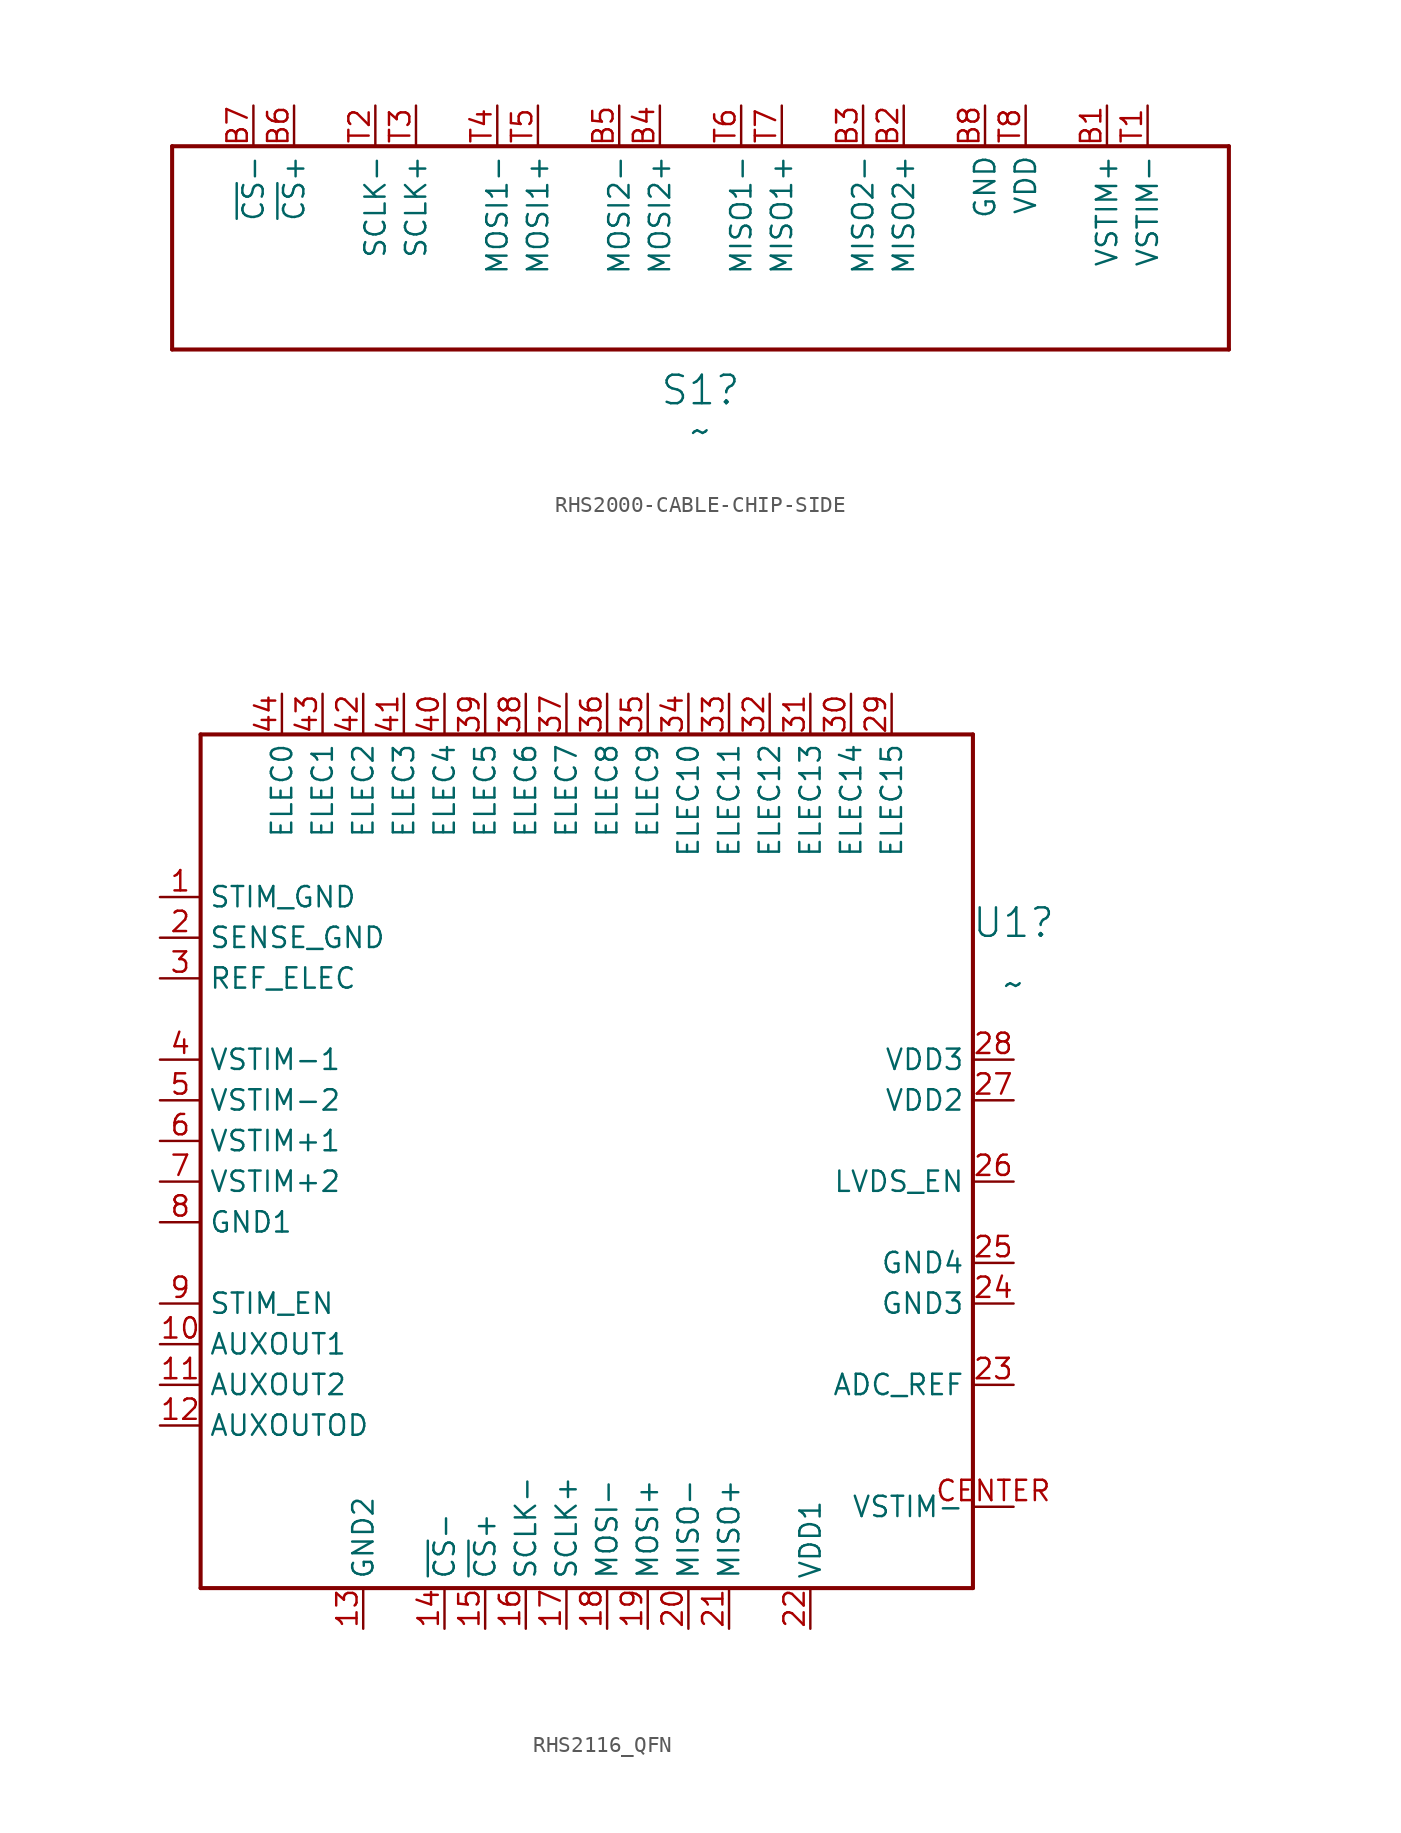
<source format=kicad_sym>
(kicad_symbol_lib
  (version 20241209)
  (generator "kicad_symbol_editor")
  (generator_version "9.0")
  (symbol "RHS2000-CABLE-CHIP-SIDE"
    (property "Reference" "S1"
      (at 0 -10.16 0)
      (effects (font (size 1.778 1.778))))
    (property "Value" "~"
      (at 0 -12.7 0)
      (effects (font (size 1.778 1.778))))
    (property "ki_locked" ""
      (at 0 0 0)
      (effects (font (size 1.27 1.27))))
    (symbol "RHS2000-CABLE-CHIP-SIDE_1_0"
      (polyline (pts (xy -33.02 5.08) (xy -33.02 -7.62)) (stroke (width 0.254) (type solid)) (fill (type none)))
      (polyline (pts (xy -33.02 -7.62) (xy 33.02 -7.62)) (stroke (width 0.254) (type solid)) (fill (type none)))
      (polyline (pts (xy 33.02 5.08) (xy -33.02 5.08)) (stroke (width 0.254) (type solid)) (fill (type none)))
      (polyline (pts (xy 33.02 -7.62) (xy 33.02 5.08)) (stroke (width 0.254) (type solid)) (fill (type none)))
      (pin bidirectional line (at -27.94 7.62 270) (length 2.54) (name "~{CS}-" (effects (font (size 1.27 1.27)))) (number "B7" (effects (font (size 1.27 1.27)))))
      (pin bidirectional line (at -25.4 7.62 270) (length 2.54) (name "~{CS}+" (effects (font (size 1.27 1.27)))) (number "B6" (effects (font (size 1.27 1.27)))))
      (pin bidirectional line (at -20.32 7.62 270) (length 2.54) (name "SCLK-" (effects (font (size 1.27 1.27)))) (number "T2" (effects (font (size 1.27 1.27)))))
      (pin bidirectional line (at -17.78 7.62 270) (length 2.54) (name "SCLK+" (effects (font (size 1.27 1.27)))) (number "T3" (effects (font (size 1.27 1.27)))))
      (pin bidirectional line (at -12.7 7.62 270) (length 2.54) (name "MOSI1-" (effects (font (size 1.27 1.27)))) (number "T4" (effects (font (size 1.27 1.27)))))
      (pin bidirectional line (at -10.16 7.62 270) (length 2.54) (name "MOSI1+" (effects (font (size 1.27 1.27)))) (number "T5" (effects (font (size 1.27 1.27)))))
      (pin bidirectional line (at -5.08 7.62 270) (length 2.54) (name "MOSI2-" (effects (font (size 1.27 1.27)))) (number "B5" (effects (font (size 1.27 1.27)))))
      (pin bidirectional line (at -2.54 7.62 270) (length 2.54) (name "MOSI2+" (effects (font (size 1.27 1.27)))) (number "B4" (effects (font (size 1.27 1.27)))))
      (pin bidirectional line (at 2.54 7.62 270) (length 2.54) (name "MISO1-" (effects (font (size 1.27 1.27)))) (number "T6" (effects (font (size 1.27 1.27)))))
      (pin bidirectional line (at 5.08 7.62 270) (length 2.54) (name "MISO1+" (effects (font (size 1.27 1.27)))) (number "T7" (effects (font (size 1.27 1.27)))))
      (pin bidirectional line (at 10.16 7.62 270) (length 2.54) (name "MISO2-" (effects (font (size 1.27 1.27)))) (number "B3" (effects (font (size 1.27 1.27)))))
      (pin bidirectional line (at 12.7 7.62 270) (length 2.54) (name "MISO2+" (effects (font (size 1.27 1.27)))) (number "B2" (effects (font (size 1.27 1.27)))))
      (pin power_in line (at 17.78 7.62 270) (length 2.54) (name "GND" (effects (font (size 1.27 1.27)))) (number "B8" (effects (font (size 1.27 1.27)))))
      (pin bidirectional line (at 20.32 7.62 270) (length 2.54) (name "VDD" (effects (font (size 1.27 1.27)))) (number "T8" (effects (font (size 1.27 1.27)))))
      (pin power_in line (at 25.4 7.62 270) (length 2.54) (name "VSTIM+" (effects (font (size 1.27 1.27)))) (number "B1" (effects (font (size 1.27 1.27)))))
      (pin power_in line (at 27.94 7.62 270) (length 2.54) (name "VSTIM-" (effects (font (size 1.27 1.27)))) (number "T1" (effects (font (size 1.27 1.27)))))))
  (symbol "RHS2116_QFN"
    (property "Reference" "U1"
      (at 25.4 16.174 0)
      (effects (font (size 1.778 1.778))))
    (property "Value" "~"
      (at 25.4 12.364 0)
      (effects (font (size 1.778 1.778))))
    (property "ki_locked" ""
      (at 0 0 0)
      (effects (font (size 1.27 1.27))))
    (symbol "RHS2116_QFN_1_0"
      (polyline (pts (xy -25.4 27.94) (xy 22.86 27.94)) (stroke (width 0.254) (type solid)) (fill (type none)))
      (polyline (pts (xy -25.4 -25.4) (xy -25.4 27.94)) (stroke (width 0.254) (type solid)) (fill (type none)))
      (polyline (pts (xy 22.86 27.94) (xy 22.86 -25.4)) (stroke (width 0.254) (type solid)) (fill (type none)))
      (polyline (pts (xy 22.86 -25.4) (xy -25.4 -25.4)) (stroke (width 0.254) (type solid)) (fill (type none)))
      (pin power_in line (at -27.94 17.78 0) (length 2.54) (name "STIM_GND" (effects (font (size 1.27 1.27)))) (number "1" (effects (font (size 1.27 1.27)))))
      (pin power_in line (at -27.94 15.24 0) (length 2.54) (name "SENSE_GND" (effects (font (size 1.27 1.27)))) (number "2" (effects (font (size 1.27 1.27)))))
      (pin input line (at -27.94 12.7 0) (length 2.54) (name "REF_ELEC" (effects (font (size 1.27 1.27)))) (number "3" (effects (font (size 1.27 1.27)))))
      (pin power_in line (at -27.94 7.62 0) (length 2.54) (name "VSTIM-1" (effects (font (size 1.27 1.27)))) (number "4" (effects (font (size 1.27 1.27)))))
      (pin power_in line (at -27.94 5.08 0) (length 2.54) (name "VSTIM-2" (effects (font (size 1.27 1.27)))) (number "5" (effects (font (size 1.27 1.27)))))
      (pin power_in line (at -27.94 2.54 0) (length 2.54) (name "VSTIM+1" (effects (font (size 1.27 1.27)))) (number "6" (effects (font (size 1.27 1.27)))))
      (pin power_in line (at -27.94 0 0) (length 2.54) (name "VSTIM+2" (effects (font (size 1.27 1.27)))) (number "7" (effects (font (size 1.27 1.27)))))
      (pin power_in line (at -27.94 -2.54 0) (length 2.54) (name "GND1" (effects (font (size 1.27 1.27)))) (number "8" (effects (font (size 1.27 1.27)))))
      (pin input line (at -27.94 -7.62 0) (length 2.54) (name "STIM_EN" (effects (font (size 1.27 1.27)))) (number "9" (effects (font (size 1.27 1.27)))))
      (pin tri_state line (at -27.94 -10.16 0) (length 2.54) (name "AUXOUT1" (effects (font (size 1.27 1.27)))) (number "10" (effects (font (size 1.27 1.27)))))
      (pin tri_state line (at -27.94 -12.7 0) (length 2.54) (name "AUXOUT2" (effects (font (size 1.27 1.27)))) (number "11" (effects (font (size 1.27 1.27)))))
      (pin open_collector line (at -27.94 -15.24 0) (length 2.54) (name "AUXOUTOD" (effects (font (size 1.27 1.27)))) (number "12" (effects (font (size 1.27 1.27)))))
      (pin bidirectional line (at -20.32 30.48 270) (length 2.54) (name "ELEC0" (effects (font (size 1.27 1.27)))) (number "44" (effects (font (size 1.27 1.27)))))
      (pin bidirectional line (at -17.78 30.48 270) (length 2.54) (name "ELEC1" (effects (font (size 1.27 1.27)))) (number "43" (effects (font (size 1.27 1.27)))))
      (pin bidirectional line (at -15.24 30.48 270) (length 2.54) (name "ELEC2" (effects (font (size 1.27 1.27)))) (number "42" (effects (font (size 1.27 1.27)))))
      (pin power_in line (at -15.24 -27.94 90) (length 2.54) (name "GND2" (effects (font (size 1.27 1.27)))) (number "13" (effects (font (size 1.27 1.27)))))
      (pin bidirectional line (at -12.7 30.48 270) (length 2.54) (name "ELEC3" (effects (font (size 1.27 1.27)))) (number "41" (effects (font (size 1.27 1.27)))))
      (pin bidirectional line (at -10.16 30.48 270) (length 2.54) (name "ELEC4" (effects (font (size 1.27 1.27)))) (number "40" (effects (font (size 1.27 1.27)))))
      (pin input line (at -10.16 -27.94 90) (length 2.54) (name "~{CS}-" (effects (font (size 1.27 1.27)))) (number "14" (effects (font (size 1.27 1.27)))))
      (pin bidirectional line (at -7.62 30.48 270) (length 2.54) (name "ELEC5" (effects (font (size 1.27 1.27)))) (number "39" (effects (font (size 1.27 1.27)))))
      (pin input line (at -7.62 -27.94 90) (length 2.54) (name "~{CS}+" (effects (font (size 1.27 1.27)))) (number "15" (effects (font (size 1.27 1.27)))))
      (pin bidirectional line (at -5.08 30.48 270) (length 2.54) (name "ELEC6" (effects (font (size 1.27 1.27)))) (number "38" (effects (font (size 1.27 1.27)))))
      (pin input line (at -5.08 -27.94 90) (length 2.54) (name "SCLK-" (effects (font (size 1.27 1.27)))) (number "16" (effects (font (size 1.27 1.27)))))
      (pin bidirectional line (at -2.54 30.48 270) (length 2.54) (name "ELEC7" (effects (font (size 1.27 1.27)))) (number "37" (effects (font (size 1.27 1.27)))))
      (pin input line (at -2.54 -27.94 90) (length 2.54) (name "SCLK+" (effects (font (size 1.27 1.27)))) (number "17" (effects (font (size 1.27 1.27)))))
      (pin bidirectional line (at 0 30.48 270) (length 2.54) (name "ELEC8" (effects (font (size 1.27 1.27)))) (number "36" (effects (font (size 1.27 1.27)))))
      (pin input line (at 0 -27.94 90) (length 2.54) (name "MOSI-" (effects (font (size 1.27 1.27)))) (number "18" (effects (font (size 1.27 1.27)))))
      (pin bidirectional line (at 2.54 30.48 270) (length 2.54) (name "ELEC9" (effects (font (size 1.27 1.27)))) (number "35" (effects (font (size 1.27 1.27)))))
      (pin input line (at 2.54 -27.94 90) (length 2.54) (name "MOSI+" (effects (font (size 1.27 1.27)))) (number "19" (effects (font (size 1.27 1.27)))))
      (pin bidirectional line (at 5.08 30.48 270) (length 2.54) (name "ELEC10" (effects (font (size 1.27 1.27)))) (number "34" (effects (font (size 1.27 1.27)))))
      (pin output line (at 5.08 -27.94 90) (length 2.54) (name "MISO-" (effects (font (size 1.27 1.27)))) (number "20" (effects (font (size 1.27 1.27)))))
      (pin bidirectional line (at 7.62 30.48 270) (length 2.54) (name "ELEC11" (effects (font (size 1.27 1.27)))) (number "33" (effects (font (size 1.27 1.27)))))
      (pin output line (at 7.62 -27.94 90) (length 2.54) (name "MISO+" (effects (font (size 1.27 1.27)))) (number "21" (effects (font (size 1.27 1.27)))))
      (pin bidirectional line (at 10.16 30.48 270) (length 2.54) (name "ELEC12" (effects (font (size 1.27 1.27)))) (number "32" (effects (font (size 1.27 1.27)))))
      (pin bidirectional line (at 12.7 30.48 270) (length 2.54) (name "ELEC13" (effects (font (size 1.27 1.27)))) (number "31" (effects (font (size 1.27 1.27)))))
      (pin power_in line (at 12.7 -27.94 90) (length 2.54) (name "VDD1" (effects (font (size 1.27 1.27)))) (number "22" (effects (font (size 1.27 1.27)))))
      (pin bidirectional line (at 15.24 30.48 270) (length 2.54) (name "ELEC14" (effects (font (size 1.27 1.27)))) (number "30" (effects (font (size 1.27 1.27)))))
      (pin bidirectional line (at 17.78 30.48 270) (length 2.54) (name "ELEC15" (effects (font (size 1.27 1.27)))) (number "29" (effects (font (size 1.27 1.27)))))
      (pin power_in line (at 25.4 7.62 180) (length 2.54) (name "VDD3" (effects (font (size 1.27 1.27)))) (number "28" (effects (font (size 1.27 1.27)))))
      (pin power_in line (at 25.4 5.08 180) (length 2.54) (name "VDD2" (effects (font (size 1.27 1.27)))) (number "27" (effects (font (size 1.27 1.27)))))
      (pin input line (at 25.4 0 180) (length 2.54) (name "LVDS_EN" (effects (font (size 1.27 1.27)))) (number "26" (effects (font (size 1.27 1.27)))))
      (pin power_in line (at 25.4 -5.08 180) (length 2.54) (name "GND4" (effects (font (size 1.27 1.27)))) (number "25" (effects (font (size 1.27 1.27)))))
      (pin power_in line (at 25.4 -7.62 180) (length 2.54) (name "GND3" (effects (font (size 1.27 1.27)))) (number "24" (effects (font (size 1.27 1.27)))))
      (pin passive line (at 25.4 -12.7 180) (length 2.54) (name "ADC_REF" (effects (font (size 1.27 1.27)))) (number "23" (effects (font (size 1.27 1.27)))))
      (pin power_in line (at 25.4 -20.32 180) (length 2.54) (name "VSTIM-" (effects (font (size 1.27 1.27)))) (number "CENTER" (effects (font (size 1.27 1.27))))))))
</source>
